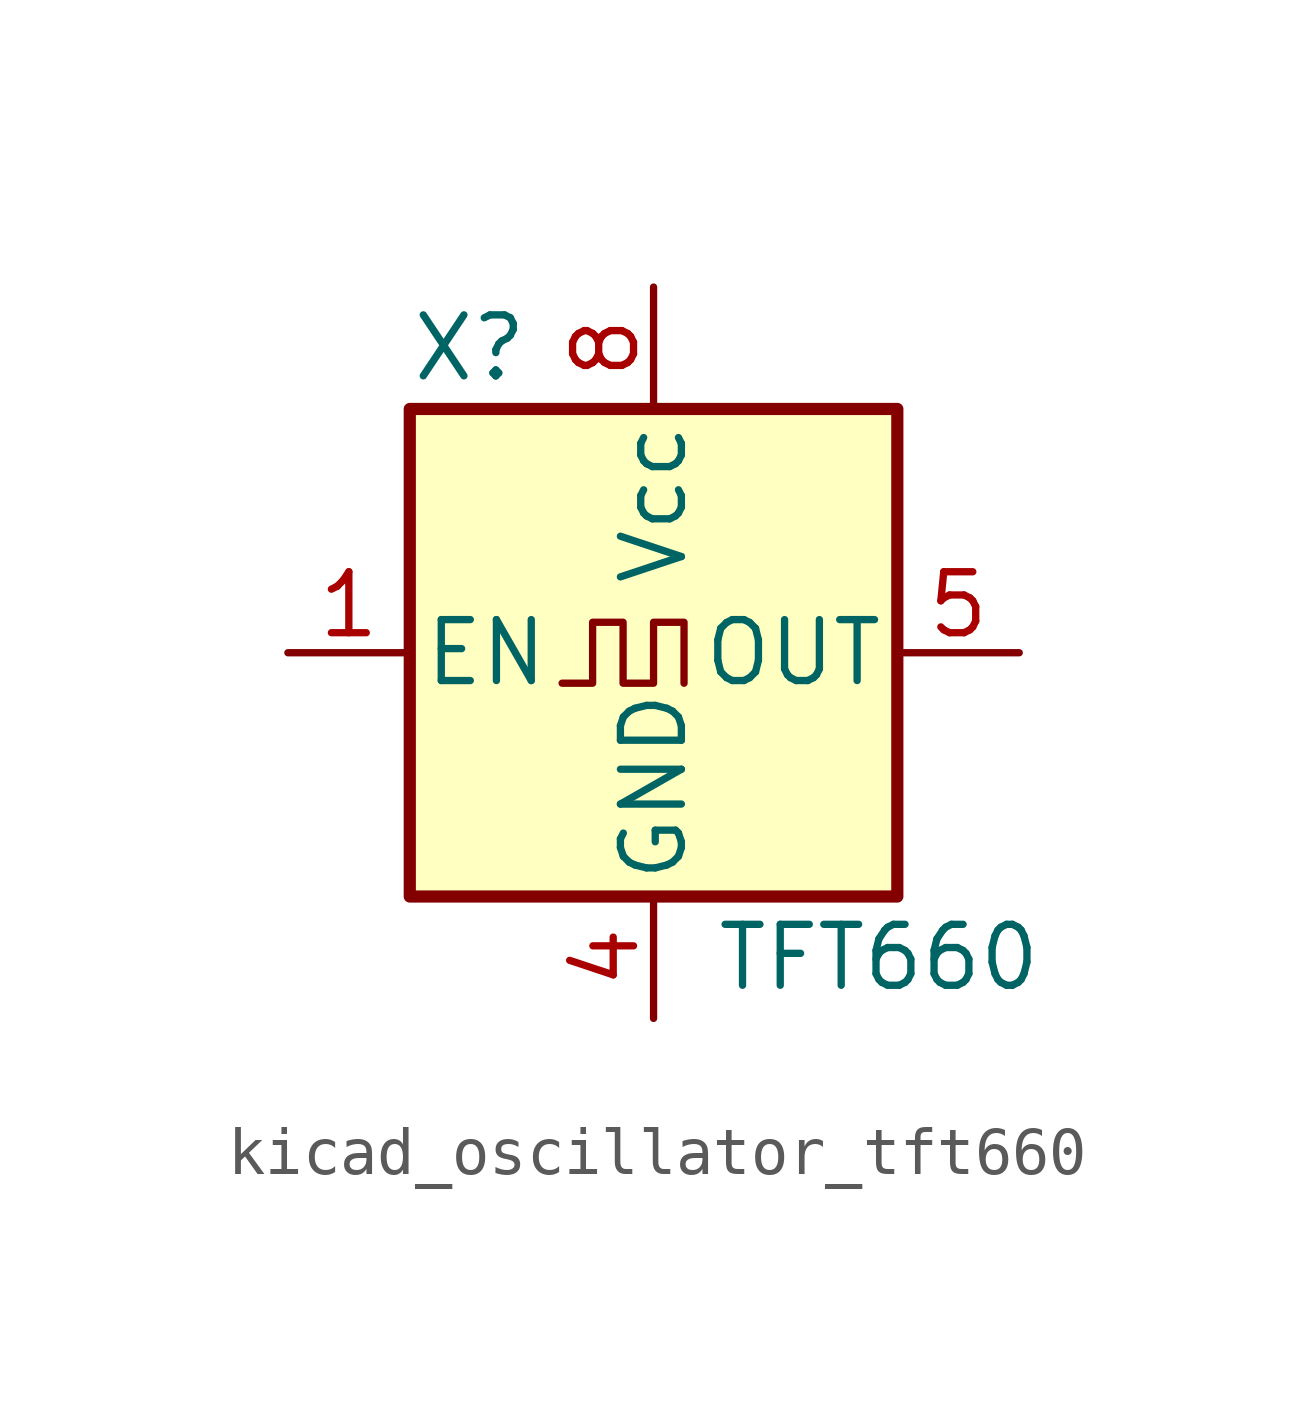
<source format=kicad_sym>
(kicad_symbol_lib
  (version 20220914)
  (generator kicad_symbol_editor)
  (symbol "kicad_oscillator_tft660"
    (pin_names
      (offset 0.254))
    (property "Reference" "X"
      (at -5.08 6.35 0)
      (effects (font (size 1.27 1.27)) (justify left)))
    (property "Value" "TFT660"
      (at 1.27 -6.35 0)
      (effects (font (size 1.27 1.27)) (justify left)))
    (symbol "kicad_oscillator_tft660_0_1"
      (rectangle (start -5.08 5.08) (end 5.08 -5.08) (stroke (width 0.254) (type default)) (fill (type background)))
      (polyline (pts (xy -1.905 -0.635) (xy -1.27 -0.635) (xy -1.27 0.635) (xy -0.635 0.635) (xy -0.635 -0.635) (xy 0 -0.635) (xy 0 0.635) (xy 0.635 0.635) (xy 0.635 -0.635)) (stroke (width 0) (type default)) (fill (type none))))
    (symbol "kicad_oscillator_tft660_1_1"
      (pin input line (at -7.62 0 0) (length 2.54) (name "EN" (effects (font (size 1.27 1.27)))) (number "1" (effects (font (size 1.27 1.27)))))
      (pin power_in line (at 0 -7.62 90) (length 2.54) (name "GND" (effects (font (size 1.27 1.27)))) (number "4" (effects (font (size 1.27 1.27)))))
      (pin output line (at 7.62 0 180) (length 2.54) (name "OUT" (effects (font (size 1.27 1.27)))) (number "5" (effects (font (size 1.27 1.27)))))
      (pin power_in line (at 0 7.62 270) (length 2.54) (name "Vcc" (effects (font (size 1.27 1.27)))) (number "8" (effects (font (size 1.27 1.27))))))))
</source>
